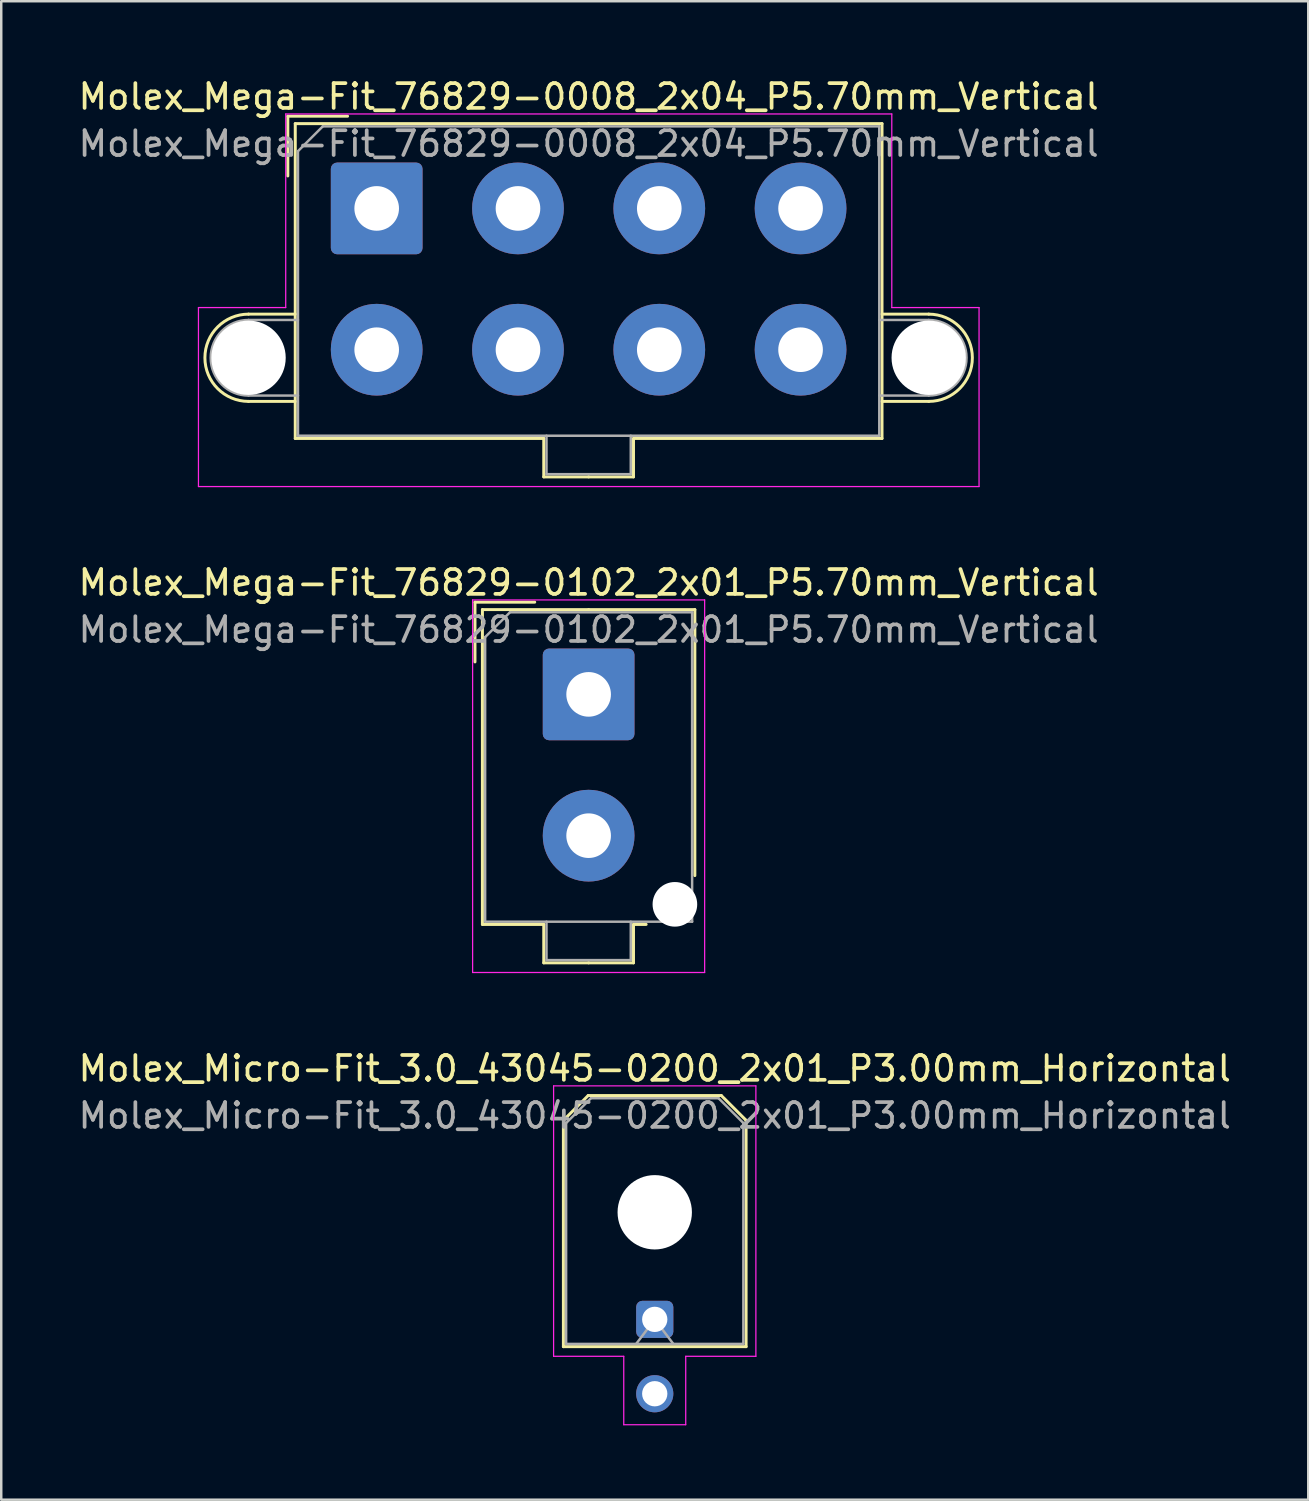
<source format=kicad_pcb>
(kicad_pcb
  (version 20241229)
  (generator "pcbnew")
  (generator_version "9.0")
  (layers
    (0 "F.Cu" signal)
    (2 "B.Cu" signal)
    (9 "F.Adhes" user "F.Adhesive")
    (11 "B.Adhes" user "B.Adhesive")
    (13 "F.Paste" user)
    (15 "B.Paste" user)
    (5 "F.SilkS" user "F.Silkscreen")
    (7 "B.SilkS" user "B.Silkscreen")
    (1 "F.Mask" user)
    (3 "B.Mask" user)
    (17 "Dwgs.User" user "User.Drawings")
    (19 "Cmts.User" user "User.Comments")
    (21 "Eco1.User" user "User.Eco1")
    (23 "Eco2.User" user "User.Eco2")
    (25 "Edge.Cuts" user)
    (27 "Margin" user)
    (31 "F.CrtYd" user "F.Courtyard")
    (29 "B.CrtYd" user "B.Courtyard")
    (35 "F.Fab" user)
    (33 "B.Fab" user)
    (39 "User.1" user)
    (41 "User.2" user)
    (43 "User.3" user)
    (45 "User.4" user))
  (footprint "Molex_Mega-Fit_76829-0008_2x04_P5.70mm_Vertical"
    (layer "F.Cu")
    (at 12.146 5.358)
    (property "Reference" "Molex_Mega-Fit_76829-0008_2x04_P5.70mm_Vertical" (at 8.55 -4.51 0) (layer "F.SilkS") (effects (font (size 1 1) (thickness 0.15))))
    (attr through_hole)
    (fp_line (start -5.17 4.265) (end -3.285 4.265) (stroke (width 0.12) (type solid)) (layer "F.SilkS"))
    (fp_line (start -5.17 7.785) (end -3.285 7.785) (stroke (width 0.12) (type solid)) (layer "F.SilkS"))
    (fp_line (start -3.585 -3.72) (end -1.175 -3.72) (stroke (width 0.12) (type solid)) (layer "F.SilkS"))
    (fp_line (start -3.585 -1.31) (end -3.585 -3.72) (stroke (width 0.12) (type solid)) (layer "F.SilkS"))
    (fp_line (start -3.285 -3.42) (end -3.285 9.28) (stroke (width 0.12) (type solid)) (layer "F.SilkS"))
    (fp_line (start -3.285 9.28) (end 6.74 9.28) (stroke (width 0.12) (type solid)) (layer "F.SilkS"))
    (fp_line (start 6.74 9.28) (end 6.74 10.83) (stroke (width 0.12) (type solid)) (layer "F.SilkS"))
    (fp_line (start 6.74 10.83) (end 8.55 10.83) (stroke (width 0.12) (type solid)) (layer "F.SilkS"))
    (fp_line (start 8.55 -3.42) (end -3.285 -3.42) (stroke (width 0.12) (type solid)) (layer "F.SilkS"))
    (fp_line (start 8.55 -3.42) (end 20.385 -3.42) (stroke (width 0.12) (type solid)) (layer "F.SilkS"))
    (fp_line (start 10.36 9.28) (end 10.36 10.83) (stroke (width 0.12) (type solid)) (layer "F.SilkS"))
    (fp_line (start 10.36 10.83) (end 8.55 10.83) (stroke (width 0.12) (type solid)) (layer "F.SilkS"))
    (fp_line (start 20.385 -3.42) (end 20.385 9.28) (stroke (width 0.12) (type solid)) (layer "F.SilkS"))
    (fp_line (start 20.385 9.28) (end 10.36 9.28) (stroke (width 0.12) (type solid)) (layer "F.SilkS"))
    (fp_line (start 22.27 4.265) (end 20.385 4.265) (stroke (width 0.12) (type solid)) (layer "F.SilkS"))
    (fp_line (start 22.27 7.785) (end 20.385 7.785) (stroke (width 0.12) (type solid)) (layer "F.SilkS"))
    (fp_arc (start -5.17 7.785) (mid -6.93 6.025) (end -5.17 4.265) (stroke (width 0.12) (type solid)) (layer "F.SilkS"))
    (fp_arc (start 22.27 4.265) (mid 24.03 6.025) (end 22.27 7.785) (stroke (width 0.12) (type solid)) (layer "F.SilkS"))
    (fp_line (start -7.19 4) (end -7.19 11.22) (stroke (width 0.05) (type solid)) (layer "F.CrtYd"))
    (fp_line (start -7.19 11.22) (end 24.3 11.22) (stroke (width 0.05) (type solid)) (layer "F.CrtYd"))
    (fp_line (start -3.67 -3.81) (end -3.67 4) (stroke (width 0.05) (type solid)) (layer "F.CrtYd"))
    (fp_line (start -3.67 4) (end -7.19 4) (stroke (width 0.05) (type solid)) (layer "F.CrtYd"))
    (fp_line (start 20.78 -3.81) (end -3.67 -3.81) (stroke (width 0.05) (type solid)) (layer "F.CrtYd"))
    (fp_line (start 20.78 4) (end 20.78 -3.81) (stroke (width 0.05) (type solid)) (layer "F.CrtYd"))
    (fp_line (start 24.3 4) (end 20.78 4) (stroke (width 0.05) (type solid)) (layer "F.CrtYd"))
    (fp_line (start 24.3 11.22) (end 24.3 4) (stroke (width 0.05) (type solid)) (layer "F.CrtYd"))
    (fp_line (start -5.17 4.5) (end -3.175 4.5) (stroke (width 0.1) (type solid)) (layer "F.Fab"))
    (fp_line (start -5.17 7.55) (end -3.175 7.55) (stroke (width 0.1) (type solid)) (layer "F.Fab"))
    (fp_line (start -3.175 -2.31) (end -3.175 9.17) (stroke (width 0.1) (type solid)) (layer "F.Fab"))
    (fp_line (start -3.175 9.17) (end 20.275 9.17) (stroke (width 0.1) (type solid)) (layer "F.Fab"))
    (fp_line (start -2.175 -3.31) (end -3.175 -2.31) (stroke (width 0.1) (type solid)) (layer "F.Fab"))
    (fp_line (start 6.85 9.17) (end 6.85 10.72) (stroke (width 0.1) (type solid)) (layer "F.Fab"))
    (fp_line (start 6.85 10.72) (end 10.25 10.72) (stroke (width 0.1) (type solid)) (layer "F.Fab"))
    (fp_line (start 10.25 10.72) (end 10.25 9.17) (stroke (width 0.1) (type solid)) (layer "F.Fab"))
    (fp_line (start 20.275 -3.31) (end -2.175 -3.31) (stroke (width 0.1) (type solid)) (layer "F.Fab"))
    (fp_line (start 20.275 9.17) (end 20.275 -3.31) (stroke (width 0.1) (type solid)) (layer "F.Fab"))
    (fp_line (start 22.27 4.5) (end 20.275 4.5) (stroke (width 0.1) (type solid)) (layer "F.Fab"))
    (fp_line (start 22.27 7.55) (end 20.275 7.55) (stroke (width 0.1) (type solid)) (layer "F.Fab"))
    (fp_arc (start -5.17 7.55) (mid -6.695 6.025) (end -5.17 4.5) (stroke (width 0.1) (type solid)) (layer "F.Fab"))
    (fp_arc (start 22.27 4.5) (mid 23.795 6.025) (end 22.27 7.55) (stroke (width 0.1) (type solid)) (layer "F.Fab"))
    (fp_text user "${REFERENCE}" (at 8.55 -2.61 0) (layer "F.Fab") (effects (font (size 1 1) (thickness 0.15))))
    (pad "" np_thru_hole circle (at -5.17 6.025) (size 3 3) (drill 3) (layers "*.Cu" "*.Mask"))
    (pad "" np_thru_hole circle (at 22.27 6.025) (size 3 3) (drill 3) (layers "*.Cu" "*.Mask"))
    (pad "1" thru_hole roundrect (at 0 0) (size 3.7 3.7) (drill 1.8) (layers "*.Cu" "*.Mask") (roundrect_rratio 0.068))
    (pad "2" thru_hole circle (at 5.7 0) (size 3.7 3.7) (drill 1.8) (layers "*.Cu" "*.Mask"))
    (pad "3" thru_hole circle (at 11.4 0) (size 3.7 3.7) (drill 1.8) (layers "*.Cu" "*.Mask"))
    (pad "4" thru_hole circle (at 17.1 0) (size 3.7 3.7) (drill 1.8) (layers "*.Cu" "*.Mask"))
    (pad "5" thru_hole circle (at 0 5.7) (size 3.7 3.7) (drill 1.8) (layers "*.Cu" "*.Mask"))
    (pad "6" thru_hole circle (at 5.7 5.7) (size 3.7 3.7) (drill 1.8) (layers "*.Cu" "*.Mask"))
    (pad "7" thru_hole circle (at 11.4 5.7) (size 3.7 3.7) (drill 1.8) (layers "*.Cu" "*.Mask"))
    (pad "8" thru_hole circle (at 17.1 5.7) (size 3.7 3.7) (drill 1.8) (layers "*.Cu" "*.Mask")))
  (footprint "Molex_Micro-Fit_3.0_43045-0200_2x01_P3.00mm_Horizontal"
    (layer "F.Cu")
    (at 23.363 50.175)
    (property "Reference" "Molex_Micro-Fit_3.0_43045-0200_2x01_P3.00mm_Horizontal" (at 0 -10.12 0) (layer "F.SilkS") (effects (font (size 1 1) (thickness 0.15))))
    (attr through_hole)
    (fp_line (start -3.685 -8.03) (end -2.685 -9.03) (stroke (width 0.12) (type solid)) (layer "F.SilkS"))
    (fp_line (start -3.685 1.1) (end -3.685 -8.03) (stroke (width 0.12) (type solid)) (layer "F.SilkS"))
    (fp_line (start -2.685 -9.03) (end 2.685 -9.03) (stroke (width 0.12) (type solid)) (layer "F.SilkS"))
    (fp_line (start 2.685 -9.03) (end 3.685 -8.03) (stroke (width 0.12) (type solid)) (layer "F.SilkS"))
    (fp_line (start 3.685 -8.03) (end 3.685 1.1) (stroke (width 0.12) (type solid)) (layer "F.SilkS"))
    (fp_line (start 3.685 1.1) (end -3.685 1.1) (stroke (width 0.12) (type solid)) (layer "F.SilkS"))
    (fp_line (start -4.08 -9.42) (end 4.08 -9.42) (stroke (width 0.05) (type solid)) (layer "F.CrtYd"))
    (fp_line (start -4.08 1.49) (end -4.08 -9.42) (stroke (width 0.05) (type solid)) (layer "F.CrtYd"))
    (fp_line (start -1.25 1.49) (end -4.08 1.49) (stroke (width 0.05) (type solid)) (layer "F.CrtYd"))
    (fp_line (start -1.25 4.25) (end -1.25 1.49) (stroke (width 0.05) (type solid)) (layer "F.CrtYd"))
    (fp_line (start 1.25 1.49) (end 1.25 4.25) (stroke (width 0.05) (type solid)) (layer "F.CrtYd"))
    (fp_line (start 1.25 4.25) (end -1.25 4.25) (stroke (width 0.05) (type solid)) (layer "F.CrtYd"))
    (fp_line (start 4.08 -9.42) (end 4.08 1.49) (stroke (width 0.05) (type solid)) (layer "F.CrtYd"))
    (fp_line (start 4.08 1.49) (end 1.25 1.49) (stroke (width 0.05) (type solid)) (layer "F.CrtYd"))
    (fp_line (start -3.575 -7.92) (end -2.575 -8.92) (stroke (width 0.1) (type solid)) (layer "F.Fab"))
    (fp_line (start -3.575 0.99) (end -3.575 -7.92) (stroke (width 0.1) (type solid)) (layer "F.Fab"))
    (fp_line (start -2.575 -8.92) (end 2.575 -8.92) (stroke (width 0.1) (type solid)) (layer "F.Fab"))
    (fp_line (start -0.75 0.99) (end 0 0) (stroke (width 0.1) (type solid)) (layer "F.Fab"))
    (fp_line (start 0 0) (end 0.75 0.99) (stroke (width 0.1) (type solid)) (layer "F.Fab"))
    (fp_line (start 2.575 -8.92) (end 3.575 -7.92) (stroke (width 0.1) (type solid)) (layer "F.Fab"))
    (fp_line (start 3.575 -7.92) (end 3.575 0.99) (stroke (width 0.1) (type solid)) (layer "F.Fab"))
    (fp_line (start 3.575 0.99) (end -3.575 0.99) (stroke (width 0.1) (type solid)) (layer "F.Fab"))
    (fp_text user "${REFERENCE}" (at 0 -8.22 0) (layer "F.Fab") (effects (font (size 1 1) (thickness 0.15))))
    (pad "" np_thru_hole circle (at 0 -4.32) (size 3 3) (drill 3) (layers "*.Cu" "*.Mask"))
    (pad "1" thru_hole roundrect (at 0 0) (size 1.5 1.5) (drill 1.02) (layers "*.Cu" "*.Mask") (roundrect_rratio 0.167))
    (pad "2" thru_hole circle (at 0 3) (size 1.5 1.5) (drill 1.02) (layers "*.Cu" "*.Mask")))
  (footprint "Molex_Mega-Fit_76829-0102_2x01_P5.70mm_Vertical"
    (layer "F.Cu")
    (at 20.696 24.962)
    (property "Reference" "Molex_Mega-Fit_76829-0102_2x01_P5.70mm_Vertical" (at 0 -4.51 0) (layer "F.SilkS") (effects (font (size 1 1) (thickness 0.15))))
    (attr through_hole)
    (fp_line (start -4.585 -3.72) (end -2.175 -3.72) (stroke (width 0.12) (type solid)) (layer "F.SilkS"))
    (fp_line (start -4.585 -1.31) (end -4.585 -3.72) (stroke (width 0.12) (type solid)) (layer "F.SilkS"))
    (fp_line (start -4.285 -3.42) (end -4.285 9.28) (stroke (width 0.12) (type solid)) (layer "F.SilkS"))
    (fp_line (start -4.285 9.28) (end -1.81 9.28) (stroke (width 0.12) (type solid)) (layer "F.SilkS"))
    (fp_line (start -1.81 9.28) (end -1.81 10.83) (stroke (width 0.12) (type solid)) (layer "F.SilkS"))
    (fp_line (start -1.81 10.83) (end 0 10.83) (stroke (width 0.12) (type solid)) (layer "F.SilkS"))
    (fp_line (start 0 -3.42) (end -4.285 -3.42) (stroke (width 0.12) (type solid)) (layer "F.SilkS"))
    (fp_line (start 0 -3.42) (end 4.285 -3.42) (stroke (width 0.12) (type solid)) (layer "F.SilkS"))
    (fp_line (start 1.81 9.28) (end 1.81 10.83) (stroke (width 0.12) (type solid)) (layer "F.SilkS"))
    (fp_line (start 1.81 10.83) (end 0 10.83) (stroke (width 0.12) (type solid)) (layer "F.SilkS"))
    (fp_line (start 2.32 9.28) (end 1.81 9.28) (stroke (width 0.12) (type solid)) (layer "F.SilkS"))
    (fp_line (start 4.285 -3.42) (end 4.285 7.31) (stroke (width 0.12) (type solid)) (layer "F.SilkS"))
    (fp_line (start -4.68 -3.81) (end -4.68 11.22) (stroke (width 0.05) (type solid)) (layer "F.CrtYd"))
    (fp_line (start -4.68 11.22) (end 4.68 11.22) (stroke (width 0.05) (type solid)) (layer "F.CrtYd"))
    (fp_line (start 4.68 -3.81) (end -4.68 -3.81) (stroke (width 0.05) (type solid)) (layer "F.CrtYd"))
    (fp_line (start 4.68 11.22) (end 4.68 -3.81) (stroke (width 0.05) (type solid)) (layer "F.CrtYd"))
    (fp_line (start -4.175 -2.31) (end -4.175 9.17) (stroke (width 0.1) (type solid)) (layer "F.Fab"))
    (fp_line (start -4.175 9.17) (end 4.175 9.17) (stroke (width 0.1) (type solid)) (layer "F.Fab"))
    (fp_line (start -3.175 -3.31) (end -4.175 -2.31) (stroke (width 0.1) (type solid)) (layer "F.Fab"))
    (fp_line (start -1.7 9.17) (end -1.7 10.72) (stroke (width 0.1) (type solid)) (layer "F.Fab"))
    (fp_line (start -1.7 10.72) (end 1.7 10.72) (stroke (width 0.1) (type solid)) (layer "F.Fab"))
    (fp_line (start 1.7 10.72) (end 1.7 9.17) (stroke (width 0.1) (type solid)) (layer "F.Fab"))
    (fp_line (start 4.175 -3.31) (end -3.175 -3.31) (stroke (width 0.1) (type solid)) (layer "F.Fab"))
    (fp_line (start 4.175 9.17) (end 4.175 -3.31) (stroke (width 0.1) (type solid)) (layer "F.Fab"))
    (fp_text user "${REFERENCE}" (at 0 -2.61 0) (layer "F.Fab") (effects (font (size 1 1) (thickness 0.15))))
    (pad "" np_thru_hole circle (at 3.48 8.47) (size 1.8 1.8) (drill 1.8) (layers "*.Cu" "*.Mask"))
    (pad "1" thru_hole roundrect (at 0 0) (size 3.7 3.7) (drill 1.8) (layers "*.Cu" "*.Mask") (roundrect_rratio 0.068))
    (pad "2" thru_hole circle (at 0 5.7) (size 3.7 3.7) (drill 1.8) (layers "*.Cu" "*.Mask")))
  (gr_rect
    (start -3 -3)
    (end 49.726 57.45)
    (stroke (width 0.1) (type default))
    (fill no)
    (layer "Edge.Cuts")))
</source>
